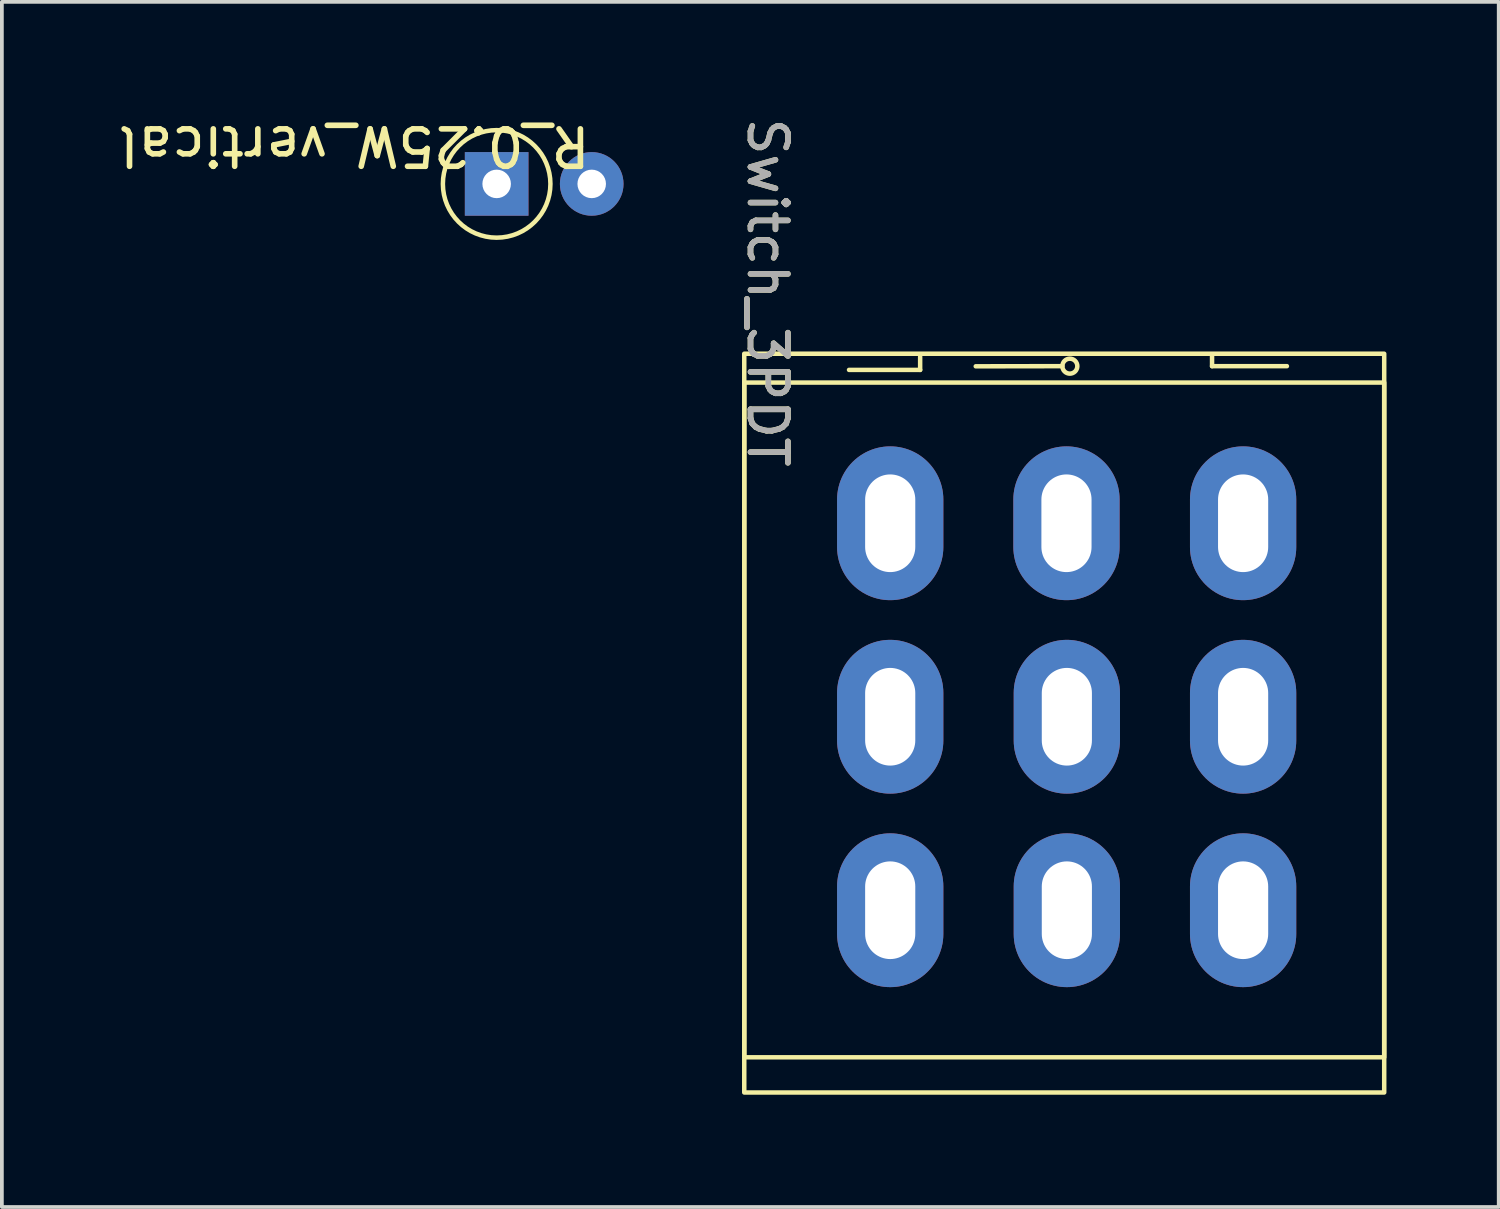
<source format=kicad_pcb>
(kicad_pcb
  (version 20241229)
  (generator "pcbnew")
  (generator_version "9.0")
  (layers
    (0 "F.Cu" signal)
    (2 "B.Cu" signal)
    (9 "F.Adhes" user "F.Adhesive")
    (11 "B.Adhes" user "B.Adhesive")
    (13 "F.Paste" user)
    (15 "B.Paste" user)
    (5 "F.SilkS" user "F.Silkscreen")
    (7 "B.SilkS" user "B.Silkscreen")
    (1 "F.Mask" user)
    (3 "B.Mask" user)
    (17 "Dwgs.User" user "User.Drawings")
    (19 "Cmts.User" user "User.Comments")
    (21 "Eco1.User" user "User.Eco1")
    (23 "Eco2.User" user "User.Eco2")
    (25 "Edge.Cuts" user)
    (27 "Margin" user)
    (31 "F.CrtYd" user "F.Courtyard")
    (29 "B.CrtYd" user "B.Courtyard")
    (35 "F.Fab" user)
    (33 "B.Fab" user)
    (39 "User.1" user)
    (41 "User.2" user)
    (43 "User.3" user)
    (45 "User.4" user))
  (footprint "Switch_3PDT"
    (layer "F.Cu")
    (at 20.737 10.802)
    (property "Reference" "Switch_3PDT" (at -3.278 -6.034 270) (unlocked yes) (layer "F.SilkS") (effects (font (size 1 1) (thickness 0.15))))
    (attr through_hole)
    (fp_line (start -1.1 -3.968) (end 0.8 -3.968) (stroke (width 0.12) (type solid)) (layer "F.SilkS"))
    (fp_line (start 0.8 -3.968) (end 0.8 -4.318) (stroke (width 0.12) (type solid)) (layer "F.SilkS"))
    (fp_line (start 4.6 -4.068) (end 2.286 -4.064) (stroke (width 0.12) (type solid)) (layer "F.SilkS"))
    (fp_line (start 8.6 -4.368) (end 8.6 -4.068) (stroke (width 0.12) (type solid)) (layer "F.SilkS"))
    (fp_line (start 8.6 -4.068) (end 10.6 -4.068) (stroke (width 0.12) (type solid)) (layer "F.SilkS"))
    (fp_rect (start -3.9 -4.4) (end 13.2 15.34) (stroke (width 0.12) (type solid)) (fill no) (layer "F.SilkS"))
    (fp_rect (start -3.9 -3.63) (end 13.2 14.4) (stroke (width 0.12) (type solid)) (fill no) (layer "F.SilkS"))
    (fp_circle (center 4.8 -4.068) (end 5 -4.068) (stroke (width 0.12) (type solid)) (fill no) (layer "F.SilkS"))
    (fp_text user "${REFERENCE}" (at -3.278 -6.034 270) (unlocked yes) (layer "F.Fab") (effects (font (size 1 1) (thickness 0.15))))
    (pad "1" thru_hole oval (at 0 0.13) (size 2.84 4.11) (drill oval 1.34 2.61) (layers "*.Cu" "*.Mask"))
    (pad "2" thru_hole oval (at 4.71 0.13) (size 2.84 4.11) (drill oval 1.34 2.61) (layers "*.Cu" "*.Mask"))
    (pad "3" thru_hole oval (at 9.43 0.13) (size 2.84 4.11) (drill oval 1.34 2.61) (layers "*.Cu" "*.Mask"))
    (pad "4" thru_hole oval (at 0 5.3 180) (size 2.84 4.11) (drill oval 1.34 2.61) (layers "*.Cu" "*.Mask"))
    (pad "5" thru_hole oval (at 4.72 5.3 180) (size 2.84 4.11) (drill oval 1.34 2.61) (layers "*.Cu" "*.Mask"))
    (pad "6" thru_hole oval (at 9.43 5.3 180) (size 2.84 4.11) (drill oval 1.34 2.61) (layers "*.Cu" "*.Mask"))
    (pad "7" thru_hole oval (at 0 10.47 180) (size 2.84 4.11) (drill oval 1.34 2.61) (layers "*.Cu" "*.Mask"))
    (pad "8" thru_hole oval (at 4.72 10.47 180) (size 2.84 4.11) (drill oval 1.34 2.61) (layers "*.Cu" "*.Mask"))
    (pad "9" thru_hole oval (at 9.43 10.47 180) (size 2.84 4.11) (drill oval 1.34 2.61) (layers "*.Cu" "*.Mask")))
  (footprint "R_0.25W_vertical"
    (layer "F.Cu")
    (at 10.221 1.864)
    (property "Reference" "R_0.25W_vertical" (at -3.81 -1.016 180) (unlocked yes) (layer "F.SilkS") (effects (font (size 1 1) (thickness 0.15))))
    (attr through_hole)
    (fp_circle (center 0 0) (end 1.016 -1.016) (stroke (width 0.12) (type solid)) (fill no) (layer "F.SilkS"))
    (pad "1" thru_hole rect (at 0 0 90) (size 1.7 1.7) (drill 0.762) (layers "*.Cu" "*.Mask"))
    (pad "2" thru_hole oval (at 2.54 0 90) (size 1.7 1.7) (drill 0.762) (layers "*.Cu" "*.Mask")))
  (gr_rect
    (start -3 -3)
    (end 36.997 29.202)
    (stroke (width 0.1) (type default))
    (fill no)
    (layer "Edge.Cuts")))
</source>
